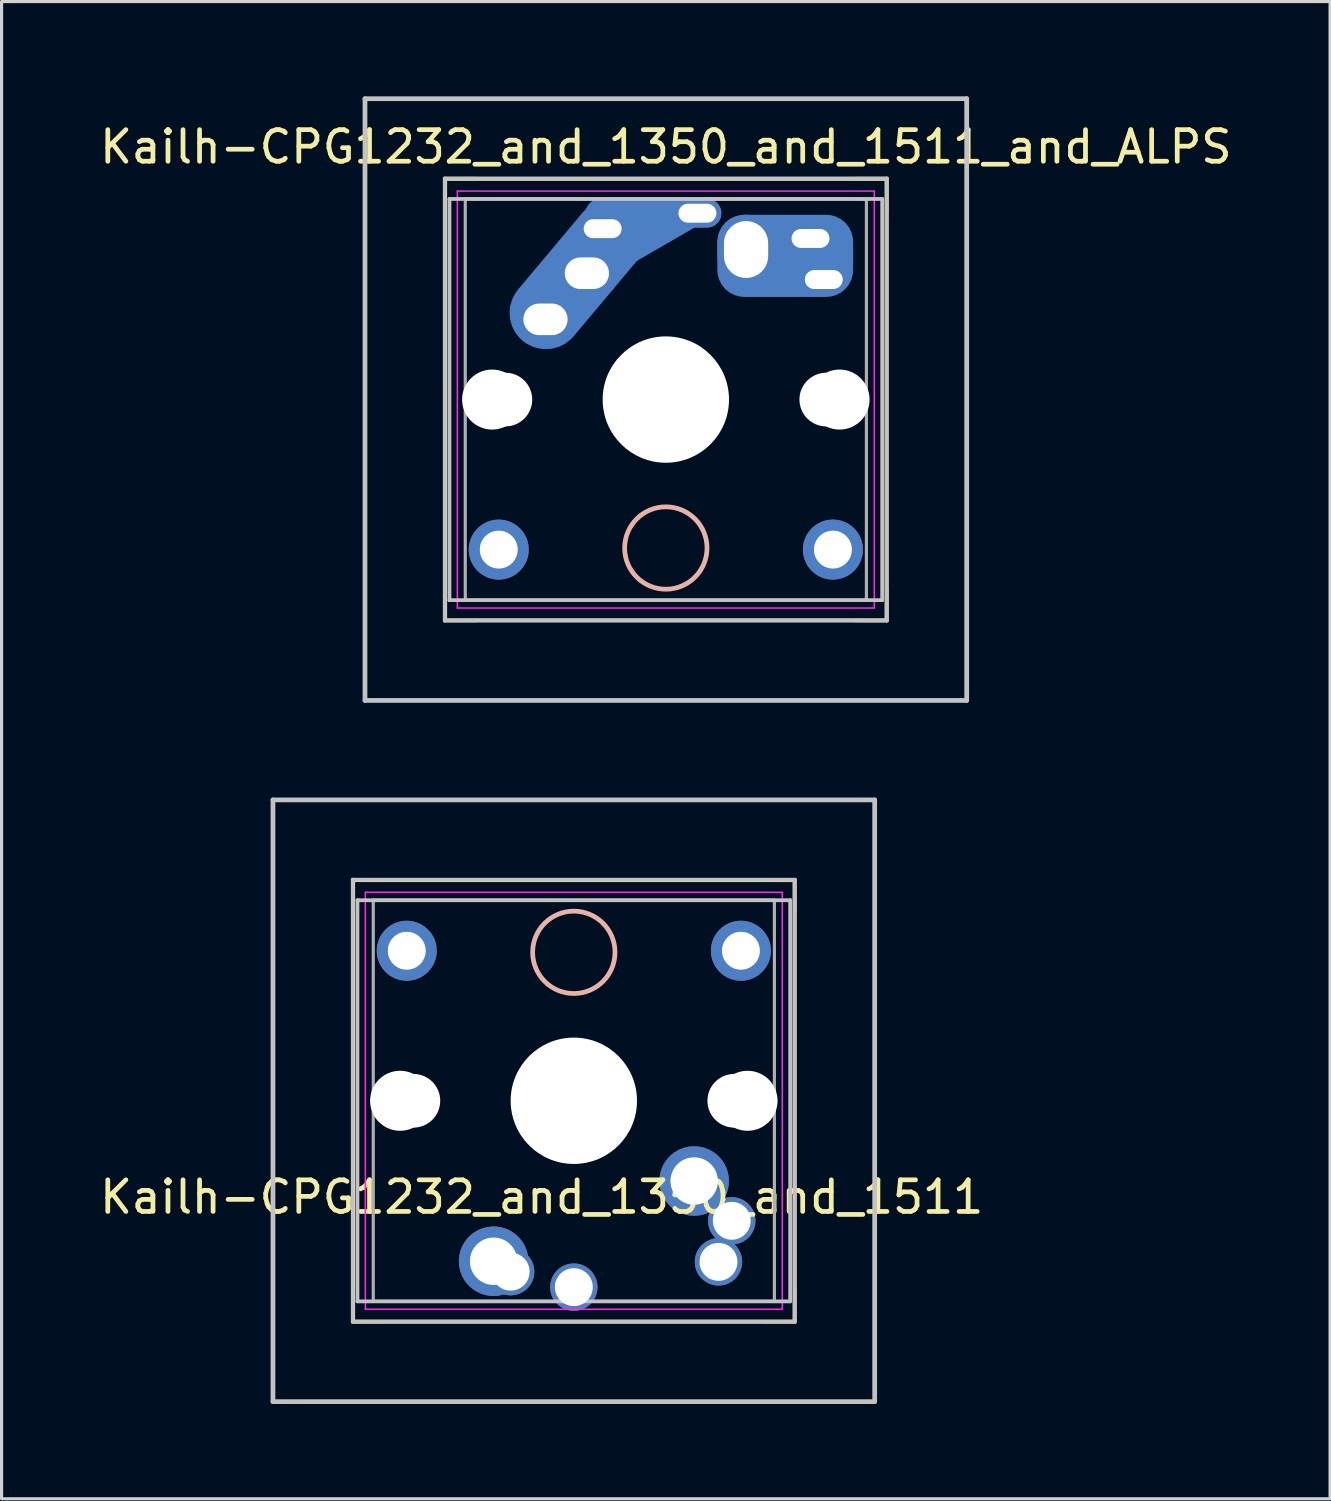
<source format=kicad_pcb>
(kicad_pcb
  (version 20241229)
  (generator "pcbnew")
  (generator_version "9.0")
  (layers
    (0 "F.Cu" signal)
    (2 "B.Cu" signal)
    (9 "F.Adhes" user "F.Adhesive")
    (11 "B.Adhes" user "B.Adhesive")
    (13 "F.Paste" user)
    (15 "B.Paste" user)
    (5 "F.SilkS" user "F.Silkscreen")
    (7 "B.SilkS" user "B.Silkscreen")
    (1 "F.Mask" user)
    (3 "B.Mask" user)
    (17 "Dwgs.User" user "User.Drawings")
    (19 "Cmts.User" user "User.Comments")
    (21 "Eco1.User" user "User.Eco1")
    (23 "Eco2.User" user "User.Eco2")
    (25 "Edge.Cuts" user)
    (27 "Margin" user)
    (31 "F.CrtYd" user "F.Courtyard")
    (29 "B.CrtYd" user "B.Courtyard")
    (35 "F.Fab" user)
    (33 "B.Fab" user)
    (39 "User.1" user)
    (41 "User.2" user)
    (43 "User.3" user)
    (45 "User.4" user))
  (footprint "Kailh-CPG1232_and_1350_and_1511_and_ALPS"
    (layer "F.Cu")
    (at 18.03 9.6)
    (property "Reference" "Kailh-CPG1232_and_1350_and_1511_and_ALPS" (at 0 -8 0) (layer "F.SilkS") (effects (font (size 1 1) (thickness 0.15))))
    (attr smd)
    (fp_line (start -6.985 -6.985) (end 6.985 -6.985) (stroke (width 0.12) (type solid)) (layer "F.SilkS"))
    (fp_line (start -6.985 6.985) (end -6.985 -6.985) (stroke (width 0.12) (type solid)) (layer "F.SilkS"))
    (fp_line (start 6.985 -6.985) (end 6.985 6.985) (stroke (width 0.12) (type solid)) (layer "F.SilkS"))
    (fp_line (start 6.985 6.985) (end -6.985 6.985) (stroke (width 0.12) (type solid)) (layer "F.SilkS"))
    (fp_line (start -7 -7) (end -7 -6) (stroke (width 0.1) (type solid)) (layer "B.SilkS"))
    (fp_line (start -7 6) (end -7 7) (stroke (width 0.1) (type solid)) (layer "B.SilkS"))
    (fp_line (start -7 7) (end -6 7) (stroke (width 0.1) (type solid)) (layer "B.SilkS"))
    (fp_line (start -6 -7) (end -7 -7) (stroke (width 0.1) (type solid)) (layer "B.SilkS"))
    (fp_line (start 6 7) (end 7 7) (stroke (width 0.1) (type solid)) (layer "B.SilkS"))
    (fp_line (start 7 -7) (end 6 -7) (stroke (width 0.1) (type solid)) (layer "B.SilkS"))
    (fp_line (start 7 -6) (end 7 -7) (stroke (width 0.1) (type solid)) (layer "B.SilkS"))
    (fp_line (start 7 7) (end 7 6) (stroke (width 0.1) (type solid)) (layer "B.SilkS"))
    (fp_circle (center 0 4.7) (end 1.304 4.7) (stroke (width 0.15) (type solid)) (fill no) (layer "B.SilkS"))
    (fp_line (start -9.525 -9.525) (end 9.525 -9.525) (stroke (width 0.15) (type solid)) (layer "Dwgs.User"))
    (fp_line (start -9.525 9.525) (end -9.525 -9.525) (stroke (width 0.15) (type solid)) (layer "Dwgs.User"))
    (fp_line (start -7 -7) (end 7 -7) (stroke (width 0.12) (type solid)) (layer "Dwgs.User"))
    (fp_line (start -7 7) (end -7 -7) (stroke (width 0.12) (type solid)) (layer "Dwgs.User"))
    (fp_line (start -6.85 -6.35) (end 6.85 -6.35) (stroke (width 0.12) (type solid)) (layer "Dwgs.User"))
    (fp_line (start -6.85 6.35) (end -6.85 -6.35) (stroke (width 0.12) (type solid)) (layer "Dwgs.User"))
    (fp_line (start 6.85 -6.35) (end 6.85 6.35) (stroke (width 0.12) (type solid)) (layer "Dwgs.User"))
    (fp_line (start 6.85 6.35) (end -6.85 6.35) (stroke (width 0.12) (type solid)) (layer "Dwgs.User"))
    (fp_line (start 7 -7) (end 7 7) (stroke (width 0.12) (type solid)) (layer "Dwgs.User"))
    (fp_line (start 7 7) (end -7 7) (stroke (width 0.12) (type solid)) (layer "Dwgs.User"))
    (fp_line (start 9.525 -9.525) (end 9.525 9.525) (stroke (width 0.15) (type solid)) (layer "Dwgs.User"))
    (fp_line (start 9.525 9.525) (end -9.525 9.525) (stroke (width 0.15) (type solid)) (layer "Dwgs.User"))
    (fp_line (start -6.6 -6.6) (end 6.6 -6.6) (stroke (width 0.05) (type solid)) (layer "F.CrtYd"))
    (fp_line (start -6.6 6.6) (end -6.6 -6.6) (stroke (width 0.05) (type solid)) (layer "F.CrtYd"))
    (fp_line (start 6.6 -6.6) (end 6.6 6.6) (stroke (width 0.05) (type solid)) (layer "F.CrtYd"))
    (fp_line (start 6.6 6.6) (end -6.6 6.6) (stroke (width 0.05) (type solid)) (layer "F.CrtYd"))
    (fp_line (start -6.35 -6.35) (end 6.35 -6.35) (stroke (width 0.1) (type solid)) (layer "F.Fab"))
    (fp_line (start -6.35 6.35) (end -6.35 -6.35) (stroke (width 0.1) (type solid)) (layer "F.Fab"))
    (fp_line (start 6.35 -6.35) (end 6.35 6.35) (stroke (width 0.1) (type solid)) (layer "F.Fab"))
    (fp_line (start 6.35 6.35) (end -6.35 6.35) (stroke (width 0.1) (type solid)) (layer "F.Fab"))
    (pad "" np_thru_hole circle (at -5.5 0) (size 1.9 1.9) (drill 1.9) (layers "*.Cu" "*.Mask"))
    (pad "" np_thru_hole circle (at -5.29 4.75) (size 1.9 1.9) (drill 1.2) (layers "*.Cu" "*.Mask"))
    (pad "" np_thru_hole circle (at -5.08 0 180) (size 1.7 1.7) (drill 1.7) (layers "*.Cu" "*.Mask"))
    (pad "" np_thru_hole circle (at 0 0) (size 3.4 3.4) (drill 3.4) (layers "*.Cu" "*.Mask"))
    (pad "" np_thru_hole circle (at 0 0 180) (size 4 4) (drill 4) (layers "*.Cu" "*.Mask"))
    (pad "" np_thru_hole circle (at 5.08 0 180) (size 1.7 1.7) (drill 1.7) (layers "*.Cu" "*.Mask"))
    (pad "" np_thru_hole circle (at 5.29 4.75) (size 1.9 1.9) (drill 1.2) (layers "*.Cu" "*.Mask"))
    (pad "" np_thru_hole circle (at 5.5 0) (size 1.9 1.9) (drill 1.9) (layers "*.Cu" "*.Mask"))
    (pad "1" thru_hole oval (at 2.54 -4.75 180) (size 1.8 2.2) (drill oval 1.4 1.8) (layers "*.Cu" "*.Mask"))
    (pad "1" smd roundrect (at 3.78 -4.55) (size 4.3 2.6) (layers "B.Cu" "B.Mask") (roundrect_rratio 0.327))
    (pad "1" thru_hole oval (at 4.58 -5.1 180) (size 1.7 1.1) (drill oval 1.2 0.6) (layers "*.Cu" "*.Mask"))
    (pad "1" thru_hole oval (at 5 -3.8 180) (size 1.5 0.9) (drill oval 1.2 0.6) (layers "*.Cu" "*.Mask"))
    (pad "2" thru_hole oval (at -3.81 -2.54 180) (size 2 1.6) (drill oval 1.4 1) (layers "*.Cu" "*.Mask"))
    (pad "2" smd roundrect (at -2.77 -3.97 230) (size 5.5 2.3) (layers "B.Cu" "B.Mask") (roundrect_rratio 0.5))
    (pad "2" thru_hole oval (at -2.5 -4 180) (size 2 1.6) (drill oval 1.4 1) (layers "*.Cu" "*.Mask"))
    (pad "2" thru_hole oval (at -2 -5.41 180) (size 1.7 1.1) (drill oval 1.2 0.6) (layers "*.Cu" "*.Mask"))
    (pad "2" smd trapezoid (at -0.88 -4.99 30) (size 4 1) (rect_delta 0 1) (layers "B.Cu" "B.Mask"))
    (pad "2" smd oval (at -0.39 -5.9 180) (size 4.3 0.9) (layers "B.Cu" "B.Mask"))
    (pad "2" thru_hole oval (at 1 -5.9 180) (size 1.5 0.9) (drill oval 1.2 0.6) (layers "*.Cu" "*.Mask")))
  (footprint "Kailh-CPG1232_and_1350_and_1511"
    (layer "F.Cu")
    (at 15.117 31.8)
    (property "Reference" "Kailh-CPG1232_and_1350_and_1511" (at -1.016 3.048 0) (layer "F.SilkS") (effects (font (size 1 1) (thickness 0.15))))
    (attr smd)
    (fp_line (start -6.985 -6.985) (end 6.985 -6.985) (stroke (width 0.12) (type solid)) (layer "F.SilkS"))
    (fp_line (start -6.985 6.985) (end -6.985 -6.985) (stroke (width 0.12) (type solid)) (layer "F.SilkS"))
    (fp_line (start 6.985 -6.985) (end 6.985 6.985) (stroke (width 0.12) (type solid)) (layer "F.SilkS"))
    (fp_line (start 6.985 6.985) (end -6.985 6.985) (stroke (width 0.12) (type solid)) (layer "F.SilkS"))
    (fp_line (start -7 -7) (end -7 -6) (stroke (width 0.1) (type solid)) (layer "B.SilkS"))
    (fp_line (start -7 6) (end -7 7) (stroke (width 0.1) (type solid)) (layer "B.SilkS"))
    (fp_line (start -7 7) (end -6 7) (stroke (width 0.1) (type solid)) (layer "B.SilkS"))
    (fp_line (start -6 -7) (end -7 -7) (stroke (width 0.1) (type solid)) (layer "B.SilkS"))
    (fp_line (start 6 7) (end 7 7) (stroke (width 0.1) (type solid)) (layer "B.SilkS"))
    (fp_line (start 7 -7) (end 6 -7) (stroke (width 0.1) (type solid)) (layer "B.SilkS"))
    (fp_line (start 7 -6) (end 7 -7) (stroke (width 0.1) (type solid)) (layer "B.SilkS"))
    (fp_line (start 7 7) (end 7 6) (stroke (width 0.1) (type solid)) (layer "B.SilkS"))
    (fp_circle (center 0 -4.7) (end -0.7 -3.6) (stroke (width 0.15) (type solid)) (fill no) (layer "B.SilkS"))
    (fp_line (start -9.525 -9.525) (end 9.525 -9.525) (stroke (width 0.15) (type solid)) (layer "Dwgs.User"))
    (fp_line (start -9.525 9.525) (end -9.525 -9.525) (stroke (width 0.15) (type solid)) (layer "Dwgs.User"))
    (fp_line (start -7 -7) (end 7 -7) (stroke (width 0.12) (type solid)) (layer "Dwgs.User"))
    (fp_line (start -7 7) (end -7 -7) (stroke (width 0.12) (type solid)) (layer "Dwgs.User"))
    (fp_line (start -6.85 -6.35) (end 6.85 -6.35) (stroke (width 0.12) (type solid)) (layer "Dwgs.User"))
    (fp_line (start -6.85 6.35) (end -6.85 -6.35) (stroke (width 0.12) (type solid)) (layer "Dwgs.User"))
    (fp_line (start 6.85 -6.35) (end 6.85 6.35) (stroke (width 0.12) (type solid)) (layer "Dwgs.User"))
    (fp_line (start 6.85 6.35) (end -6.85 6.35) (stroke (width 0.12) (type solid)) (layer "Dwgs.User"))
    (fp_line (start 7 -7) (end 7 7) (stroke (width 0.12) (type solid)) (layer "Dwgs.User"))
    (fp_line (start 7 7) (end -7 7) (stroke (width 0.12) (type solid)) (layer "Dwgs.User"))
    (fp_line (start 9.525 -9.525) (end 9.525 9.525) (stroke (width 0.15) (type solid)) (layer "Dwgs.User"))
    (fp_line (start 9.525 9.525) (end -9.525 9.525) (stroke (width 0.15) (type solid)) (layer "Dwgs.User"))
    (fp_line (start -6.6 -6.6) (end 6.6 -6.6) (stroke (width 0.05) (type solid)) (layer "F.CrtYd"))
    (fp_line (start -6.6 6.6) (end -6.6 -6.6) (stroke (width 0.05) (type solid)) (layer "F.CrtYd"))
    (fp_line (start 6.6 -6.6) (end 6.6 6.6) (stroke (width 0.05) (type solid)) (layer "F.CrtYd"))
    (fp_line (start 6.6 6.6) (end -6.6 6.6) (stroke (width 0.05) (type solid)) (layer "F.CrtYd"))
    (fp_line (start -6.35 -6.35) (end 6.35 -6.35) (stroke (width 0.1) (type solid)) (layer "F.Fab"))
    (fp_line (start -6.35 6.35) (end -6.35 -6.35) (stroke (width 0.1) (type solid)) (layer "F.Fab"))
    (fp_line (start 6.35 -6.35) (end 6.35 6.35) (stroke (width 0.1) (type solid)) (layer "F.Fab"))
    (fp_line (start 6.35 6.35) (end -6.35 6.35) (stroke (width 0.1) (type solid)) (layer "F.Fab"))
    (pad "" np_thru_hole circle (at -5.5 0) (size 1.9 1.9) (drill 1.9) (layers "*.Cu" "*.Mask"))
    (pad "" np_thru_hole circle (at -5.29 -4.75) (size 1.9 1.9) (drill 1.2) (layers "*.Cu" "*.Mask"))
    (pad "" np_thru_hole circle (at -5.08 0 180) (size 1.7 1.7) (drill 1.7) (layers "*.Cu" "*.Mask"))
    (pad "" np_thru_hole circle (at 0 0) (size 3.4 3.4) (drill 3.4) (layers "*.Cu" "*.Mask"))
    (pad "" np_thru_hole circle (at 0 0 180) (size 4 4) (drill 4) (layers "*.Cu" "*.Mask"))
    (pad "" np_thru_hole circle (at 5.08 0 180) (size 1.7 1.7) (drill 1.7) (layers "*.Cu" "*.Mask"))
    (pad "" np_thru_hole circle (at 5.29 -4.75) (size 1.9 1.9) (drill 1.2) (layers "*.Cu" "*.Mask"))
    (pad "" np_thru_hole circle (at 5.5 0) (size 1.9 1.9) (drill 1.9) (layers "*.Cu" "*.Mask"))
    (pad "1" thru_hole circle (at 3.81 2.54 180) (size 2.2 2.2) (drill 1.5) (layers "*.Cu" "*.Mask"))
    (pad "1" thru_hole circle (at 4.58 5.1 180) (size 1.5 1.5) (drill 1.2) (layers "*.Cu" "*.Mask"))
    (pad "1" thru_hole circle (at 5 3.8 180) (size 1.5 1.5) (drill 1.2) (layers "*.Cu" "*.Mask"))
    (pad "2" thru_hole circle (at -2.54 5.08 180) (size 2.2 2.2) (drill 1.5) (layers "*.Cu" "*.Mask"))
    (pad "2" thru_hole circle (at -2 5.41 180) (size 1.5 1.5) (drill 1.2) (layers "*.Cu" "*.Mask"))
    (pad "2" thru_hole circle (at 0 5.9 180) (size 1.5 1.5) (drill 1.2) (layers "*.Cu" "*.Mask")))
  (gr_rect
    (start -3 -3)
    (end 39.06 44.4)
    (stroke (width 0.1) (type default))
    (fill no)
    (layer "Edge.Cuts")))
</source>
